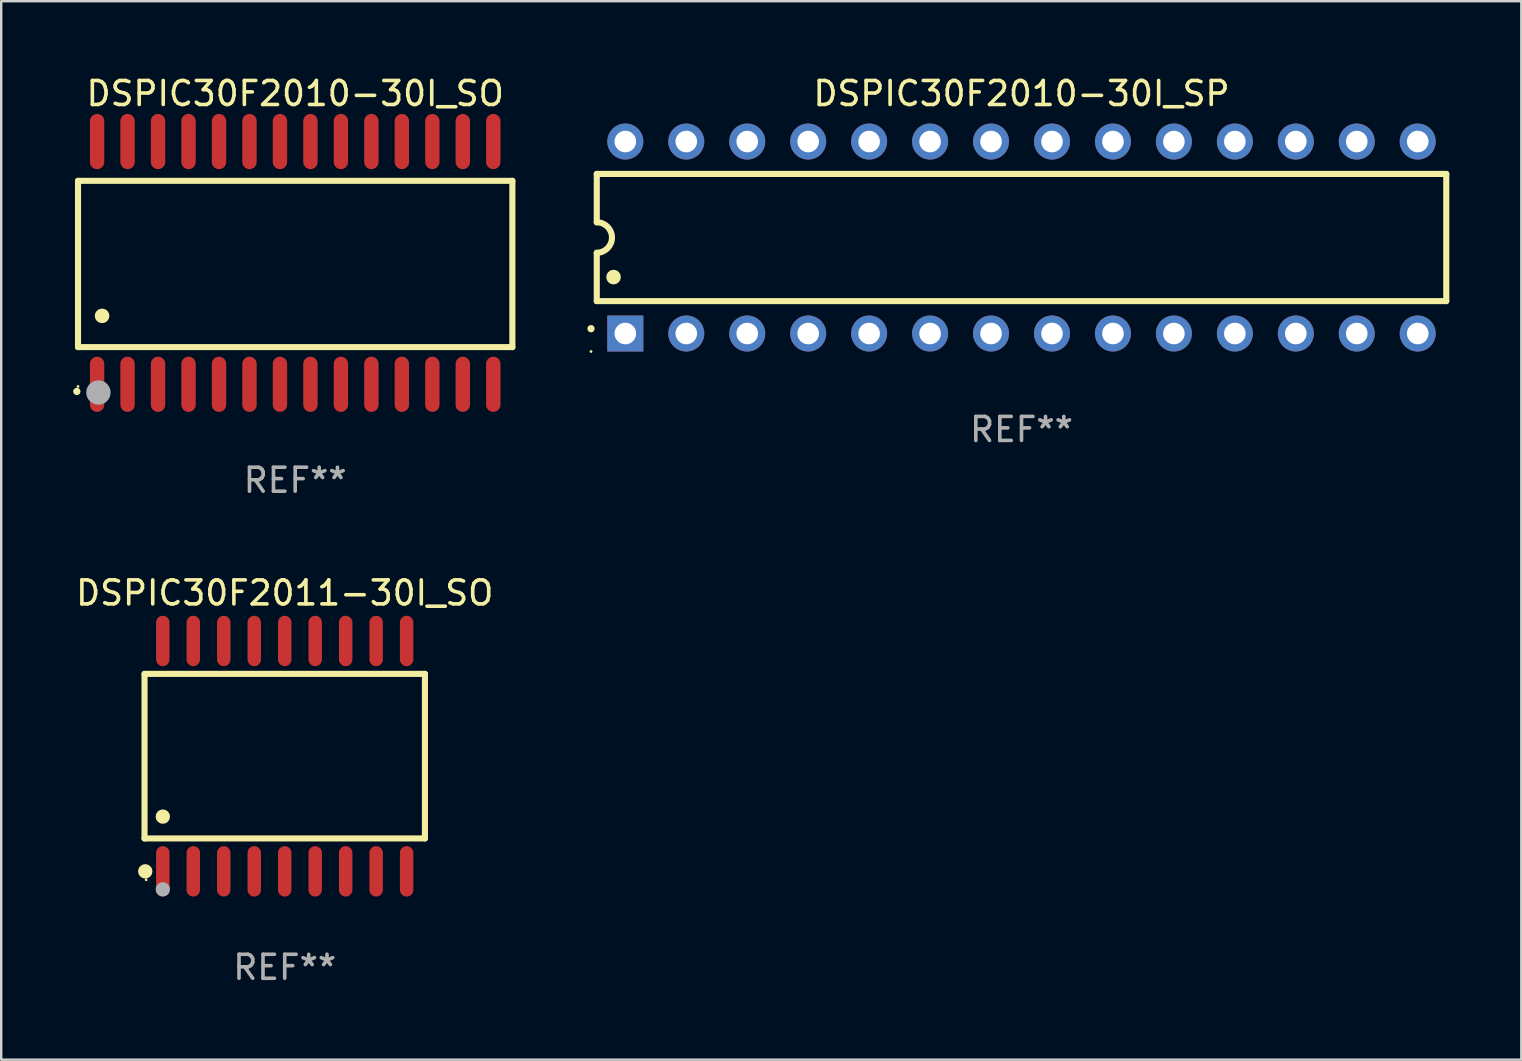
<source format=kicad_pcb>
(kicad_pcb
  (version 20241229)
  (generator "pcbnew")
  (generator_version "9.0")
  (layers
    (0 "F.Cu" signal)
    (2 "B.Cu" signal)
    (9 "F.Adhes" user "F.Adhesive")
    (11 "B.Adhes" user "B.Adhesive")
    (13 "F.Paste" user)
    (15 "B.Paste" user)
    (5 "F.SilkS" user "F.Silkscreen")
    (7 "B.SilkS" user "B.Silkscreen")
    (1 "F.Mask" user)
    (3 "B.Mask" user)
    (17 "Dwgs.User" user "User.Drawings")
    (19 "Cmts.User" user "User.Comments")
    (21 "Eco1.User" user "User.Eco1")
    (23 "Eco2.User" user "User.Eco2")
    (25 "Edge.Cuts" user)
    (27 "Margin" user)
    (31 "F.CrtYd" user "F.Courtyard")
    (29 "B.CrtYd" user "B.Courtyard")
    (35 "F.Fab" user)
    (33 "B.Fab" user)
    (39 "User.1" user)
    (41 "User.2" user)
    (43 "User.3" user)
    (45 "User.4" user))
  (footprint "DSPIC30F2010-30I_SP"
    (layer "F.Cu")
    (at 39.518 6.848)
    (property "Reference" "DSPIC30F2010-30I_SP" (at 0 -6 0) (layer "F.SilkS") (effects (font (size 1 1) (thickness 0.15))))
    (attr through_hole)
    (fp_line (start -17.7 -2.65) (end 17.7 -2.65) (stroke (width 0.254) (type solid)) (layer "F.SilkS"))
    (fp_line (start -17.7 -0.635) (end -17.7 -2.65) (stroke (width 0.254) (type solid)) (layer "F.SilkS"))
    (fp_line (start -17.7 2.65) (end -17.7 0.635) (stroke (width 0.254) (type solid)) (layer "F.SilkS"))
    (fp_line (start 17.7 -2.65) (end 17.7 2.65) (stroke (width 0.254) (type solid)) (layer "F.SilkS"))
    (fp_line (start 17.7 2.65) (end -17.7 2.65) (stroke (width 0.254) (type solid)) (layer "F.SilkS"))
    (fp_arc (start -17.940056 3.799848) (mid -17.940061 3.798578) (end -17.940056 3.797308) (stroke (width 0.3) (type solid)) (layer "F.SilkS"))
    (fp_arc (start -17.701295 -0.635001) (mid -17.066294 0) (end -17.701295 0.635001) (stroke (width 0.254001) (type solid)) (layer "F.SilkS"))
    (fp_arc (start -17.000254 1.651003) (mid -17.000265 1.648463) (end -17.000254 1.645923) (stroke (width 0.6) (type solid)) (layer "F.SilkS"))
    (fp_circle (center -17.94 4.75) (end -17.91 4.75) (stroke (width 0.06) (type solid)) (fill no) (layer "F.SilkS"))
    (fp_text user "REF**" (at 0 8 0) (layer "F.Fab") (effects (font (size 1 1) (thickness 0.15))))
    (pad "1" thru_hole rect (at -16.51 4 90) (size 1.5 1.5) (drill 0.9) (layers "*.Cu" "*.Mask"))
    (pad "2" thru_hole circle (at -13.97 4) (size 1.5 1.5) (drill 0.9) (layers "*.Cu" "*.Mask"))
    (pad "3" thru_hole circle (at -11.43 4) (size 1.5 1.5) (drill 0.9) (layers "*.Cu" "*.Mask"))
    (pad "4" thru_hole circle (at -8.89 4) (size 1.5 1.5) (drill 0.9) (layers "*.Cu" "*.Mask"))
    (pad "5" thru_hole circle (at -6.35 4) (size 1.5 1.5) (drill 0.9) (layers "*.Cu" "*.Mask"))
    (pad "6" thru_hole circle (at -3.81 4) (size 1.5 1.5) (drill 0.9) (layers "*.Cu" "*.Mask"))
    (pad "7" thru_hole circle (at -1.27 4) (size 1.5 1.5) (drill 0.9) (layers "*.Cu" "*.Mask"))
    (pad "8" thru_hole circle (at 1.27 4) (size 1.5 1.5) (drill 0.9) (layers "*.Cu" "*.Mask"))
    (pad "9" thru_hole circle (at 3.81 4) (size 1.5 1.5) (drill 0.9) (layers "*.Cu" "*.Mask"))
    (pad "10" thru_hole circle (at 6.35 4) (size 1.5 1.5) (drill 0.9) (layers "*.Cu" "*.Mask"))
    (pad "11" thru_hole circle (at 8.89 4) (size 1.5 1.5) (drill 0.9) (layers "*.Cu" "*.Mask"))
    (pad "12" thru_hole circle (at 11.43 4) (size 1.5 1.5) (drill 0.9) (layers "*.Cu" "*.Mask"))
    (pad "13" thru_hole circle (at 13.97 4) (size 1.5 1.5) (drill 0.9) (layers "*.Cu" "*.Mask"))
    (pad "14" thru_hole circle (at 16.51 4) (size 1.5 1.5) (drill 0.9) (layers "*.Cu" "*.Mask"))
    (pad "15" thru_hole circle (at 16.51 -4) (size 1.5 1.5) (drill 0.9) (layers "*.Cu" "*.Mask"))
    (pad "16" thru_hole circle (at 13.97 -4) (size 1.5 1.5) (drill 0.9) (layers "*.Cu" "*.Mask"))
    (pad "17" thru_hole circle (at 11.43 -4) (size 1.5 1.5) (drill 0.9) (layers "*.Cu" "*.Mask"))
    (pad "18" thru_hole circle (at 8.89 -4) (size 1.5 1.5) (drill 0.9) (layers "*.Cu" "*.Mask"))
    (pad "19" thru_hole circle (at 6.35 -4) (size 1.5 1.5) (drill 0.9) (layers "*.Cu" "*.Mask"))
    (pad "20" thru_hole circle (at 3.81 -4) (size 1.5 1.5) (drill 0.9) (layers "*.Cu" "*.Mask"))
    (pad "21" thru_hole circle (at 1.27 -4) (size 1.5 1.5) (drill 0.9) (layers "*.Cu" "*.Mask"))
    (pad "22" thru_hole circle (at -1.27 -4) (size 1.5 1.5) (drill 0.9) (layers "*.Cu" "*.Mask"))
    (pad "23" thru_hole circle (at -3.81 -4) (size 1.5 1.5) (drill 0.9) (layers "*.Cu" "*.Mask"))
    (pad "24" thru_hole circle (at -6.35 -4) (size 1.5 1.5) (drill 0.9) (layers "*.Cu" "*.Mask"))
    (pad "25" thru_hole circle (at -8.89 -4) (size 1.5 1.5) (drill 0.9) (layers "*.Cu" "*.Mask"))
    (pad "26" thru_hole circle (at -11.43 -4) (size 1.5 1.5) (drill 0.9) (layers "*.Cu" "*.Mask"))
    (pad "27" thru_hole circle (at -13.97 -4) (size 1.5 1.5) (drill 0.9) (layers "*.Cu" "*.Mask"))
    (pad "28" thru_hole circle (at -16.51 -4) (size 1.5 1.5) (drill 0.9) (layers "*.Cu" "*.Mask")))
  (footprint "DSPIC30F2011-30I_SO"
    (layer "F.Cu")
    (at 8.815 28.46)
    (property "Reference" "DSPIC30F2011-30I_SO" (at 0 -6.8 0) (layer "F.SilkS") (effects (font (size 1 1) (thickness 0.15))))
    (attr through_hole)
    (fp_line (start -5.842 -3.429) (end -5.842 3.429) (stroke (width 0.254) (type solid)) (layer "F.SilkS"))
    (fp_line (start -5.842 3.429) (end 5.842 3.429) (stroke (width 0.254) (type solid)) (layer "F.SilkS"))
    (fp_line (start 5.842 -3.429) (end -5.842 -3.429) (stroke (width 0.254) (type solid)) (layer "F.SilkS"))
    (fp_line (start 5.842 3.429) (end 5.842 -3.429) (stroke (width 0.254) (type solid)) (layer "F.SilkS"))
    (fp_circle (center -5.812 4.8) (end -5.662 4.8) (stroke (width 0.3) (type solid)) (fill no) (layer "F.SilkS"))
    (fp_circle (center -5.775 5.15) (end -5.745 5.15) (stroke (width 0.06) (type solid)) (fill no) (layer "F.SilkS"))
    (fp_circle (center -5.08 2.519) (end -4.93 2.519) (stroke (width 0.3) (type solid)) (fill no) (layer "F.SilkS"))
    (fp_circle (center -5.08 5.55) (end -4.93 5.55) (stroke (width 0.3) (type solid)) (fill no) (layer "F.Fab"))
    (fp_text user "REF**" (at 0 8.8 0) (layer "F.Fab") (effects (font (size 1 1) (thickness 0.15))))
    (pad "1" smd oval (at -5.08 4.8) (size 0.56 2.1) (layers "F.Cu" "F.Mask" "F.Paste"))
    (pad "2" smd oval (at -3.81 4.8) (size 0.56 2.1) (layers "F.Cu" "F.Mask" "F.Paste"))
    (pad "3" smd oval (at -2.54 4.8) (size 0.56 2.1) (layers "F.Cu" "F.Mask" "F.Paste"))
    (pad "4" smd oval (at -1.27 4.8) (size 0.56 2.1) (layers "F.Cu" "F.Mask" "F.Paste"))
    (pad "5" smd oval (at 0 4.8) (size 0.56 2.1) (layers "F.Cu" "F.Mask" "F.Paste"))
    (pad "6" smd oval (at 1.27 4.8) (size 0.56 2.1) (layers "F.Cu" "F.Mask" "F.Paste"))
    (pad "7" smd oval (at 2.54 4.8) (size 0.56 2.1) (layers "F.Cu" "F.Mask" "F.Paste"))
    (pad "8" smd oval (at 3.81 4.8) (size 0.56 2.1) (layers "F.Cu" "F.Mask" "F.Paste"))
    (pad "9" smd oval (at 5.08 4.8) (size 0.56 2.1) (layers "F.Cu" "F.Mask" "F.Paste"))
    (pad "10" smd oval (at 5.08 -4.8) (size 0.56 2.1) (layers "F.Cu" "F.Mask" "F.Paste"))
    (pad "11" smd oval (at 3.81 -4.8) (size 0.56 2.1) (layers "F.Cu" "F.Mask" "F.Paste"))
    (pad "12" smd oval (at 2.54 -4.8) (size 0.56 2.1) (layers "F.Cu" "F.Mask" "F.Paste"))
    (pad "13" smd oval (at 1.27 -4.8) (size 0.56 2.1) (layers "F.Cu" "F.Mask" "F.Paste"))
    (pad "14" smd oval (at 0 -4.8) (size 0.56 2.1) (layers "F.Cu" "F.Mask" "F.Paste"))
    (pad "15" smd oval (at -1.27 -4.8) (size 0.56 2.1) (layers "F.Cu" "F.Mask" "F.Paste"))
    (pad "16" smd oval (at -2.54 -4.8) (size 0.56 2.1) (layers "F.Cu" "F.Mask" "F.Paste"))
    (pad "17" smd oval (at -3.81 -4.8) (size 0.56 2.1) (layers "F.Cu" "F.Mask" "F.Paste"))
    (pad "18" smd oval (at -5.08 -4.8) (size 0.56 2.1) (layers "F.Cu" "F.Mask" "F.Paste")))
  (footprint "DSPIC30F2010-30I_SO"
    (layer "F.Cu")
    (at 9.251 7.906)
    (property "Reference" "DSPIC30F2010-30I_SO" (at 0 -7.058 0) (layer "F.SilkS") (effects (font (size 1 1) (thickness 0.15))))
    (attr through_hole)
    (fp_line (start -9.05 -3.42) (end 9.05 -3.42) (stroke (width 0.254) (type solid)) (layer "F.SilkS"))
    (fp_line (start -9.05 -2.492) (end -9.05 -3.42) (stroke (width 0.254) (type solid)) (layer "F.SilkS"))
    (fp_line (start -9.05 3.508) (end -9.05 -2.492) (stroke (width 0.254) (type solid)) (layer "F.SilkS"))
    (fp_line (start 9.05 -3.42) (end 9.05 3.508) (stroke (width 0.254) (type solid)) (layer "F.SilkS"))
    (fp_line (start 9.05 3.508) (end -9.05 3.508) (stroke (width 0.254) (type solid)) (layer "F.SilkS"))
    (fp_arc (start -9.100838 5.35649) (mid -9.099568 5.356485) (end -9.098298 5.35649) (stroke (width 0.3) (type solid)) (layer "F.SilkS"))
    (fp_arc (start -8.049276 2.206883) (mid -8.046736 2.206872) (end -8.044196 2.206883) (stroke (width 0.6) (type solid)) (layer "F.SilkS"))
    (fp_circle (center -9.05 5.15) (end -9.02 5.15) (stroke (width 0.06) (type solid)) (fill no) (layer "F.SilkS"))
    (fp_circle (center -8.2 5.4) (end -7.946 5.4) (stroke (width 0.508) (type solid)) (fill no) (layer "F.Fab"))
    (fp_text user "REF**" (at 0 9.058 0) (layer "F.Fab") (effects (font (size 1 1) (thickness 0.15))))
    (pad "1" smd oval (at -8.255 5.058 180) (size 0.6 2.3) (layers "F.Cu" "F.Mask" "F.Paste"))
    (pad "2" smd oval (at -6.985 5.058 180) (size 0.6 2.3) (layers "F.Cu" "F.Mask" "F.Paste"))
    (pad "3" smd oval (at -5.715 5.058 180) (size 0.6 2.3) (layers "F.Cu" "F.Mask" "F.Paste"))
    (pad "4" smd oval (at -4.445 5.058 180) (size 0.6 2.3) (layers "F.Cu" "F.Mask" "F.Paste"))
    (pad "5" smd oval (at -3.175 5.058 180) (size 0.6 2.3) (layers "F.Cu" "F.Mask" "F.Paste"))
    (pad "6" smd oval (at -1.905 5.058 180) (size 0.6 2.3) (layers "F.Cu" "F.Mask" "F.Paste"))
    (pad "7" smd oval (at -0.635 5.058 180) (size 0.6 2.3) (layers "F.Cu" "F.Mask" "F.Paste"))
    (pad "8" smd oval (at 0.635 5.058 180) (size 0.6 2.3) (layers "F.Cu" "F.Mask" "F.Paste"))
    (pad "9" smd oval (at 1.905 5.058 180) (size 0.6 2.3) (layers "F.Cu" "F.Mask" "F.Paste"))
    (pad "10" smd oval (at 3.175 5.058 180) (size 0.6 2.3) (layers "F.Cu" "F.Mask" "F.Paste"))
    (pad "11" smd oval (at 4.445 5.058 180) (size 0.6 2.3) (layers "F.Cu" "F.Mask" "F.Paste"))
    (pad "12" smd oval (at 5.715 5.058 180) (size 0.6 2.3) (layers "F.Cu" "F.Mask" "F.Paste"))
    (pad "13" smd oval (at 6.985 5.058 180) (size 0.6 2.3) (layers "F.Cu" "F.Mask" "F.Paste"))
    (pad "14" smd oval (at 8.255 5.058 180) (size 0.6 2.3) (layers "F.Cu" "F.Mask" "F.Paste"))
    (pad "15" smd oval (at 8.255 -5.058 180) (size 0.6 2.3) (layers "F.Cu" "F.Mask" "F.Paste"))
    (pad "16" smd oval (at 6.985 -5.058 180) (size 0.6 2.3) (layers "F.Cu" "F.Mask" "F.Paste"))
    (pad "17" smd oval (at 5.715 -5.058 180) (size 0.6 2.3) (layers "F.Cu" "F.Mask" "F.Paste"))
    (pad "18" smd oval (at 4.445 -5.058 180) (size 0.6 2.3) (layers "F.Cu" "F.Mask" "F.Paste"))
    (pad "19" smd oval (at 3.175 -5.058 180) (size 0.6 2.3) (layers "F.Cu" "F.Mask" "F.Paste"))
    (pad "20" smd oval (at 1.905 -5.058 180) (size 0.6 2.3) (layers "F.Cu" "F.Mask" "F.Paste"))
    (pad "21" smd oval (at 0.635 -5.058 180) (size 0.6 2.3) (layers "F.Cu" "F.Mask" "F.Paste"))
    (pad "22" smd oval (at -0.635 -5.058 180) (size 0.6 2.3) (layers "F.Cu" "F.Mask" "F.Paste"))
    (pad "23" smd oval (at -1.905 -5.058 180) (size 0.6 2.3) (layers "F.Cu" "F.Mask" "F.Paste"))
    (pad "24" smd oval (at -3.175 -5.058 180) (size 0.6 2.3) (layers "F.Cu" "F.Mask" "F.Paste"))
    (pad "25" smd oval (at -4.445 -5.058 180) (size 0.6 2.3) (layers "F.Cu" "F.Mask" "F.Paste"))
    (pad "26" smd oval (at -5.715 -5.058 180) (size 0.6 2.3) (layers "F.Cu" "F.Mask" "F.Paste"))
    (pad "27" smd oval (at -6.985 -5.058 180) (size 0.6 2.3) (layers "F.Cu" "F.Mask" "F.Paste"))
    (pad "28" smd oval (at -8.255 -5.058 180) (size 0.6 2.3) (layers "F.Cu" "F.Mask" "F.Paste")))
  (gr_rect
    (start -3 -3)
    (end 60.345 41.108)
    (stroke (width 0.1) (type default))
    (fill no)
    (layer "Edge.Cuts")))
</source>
